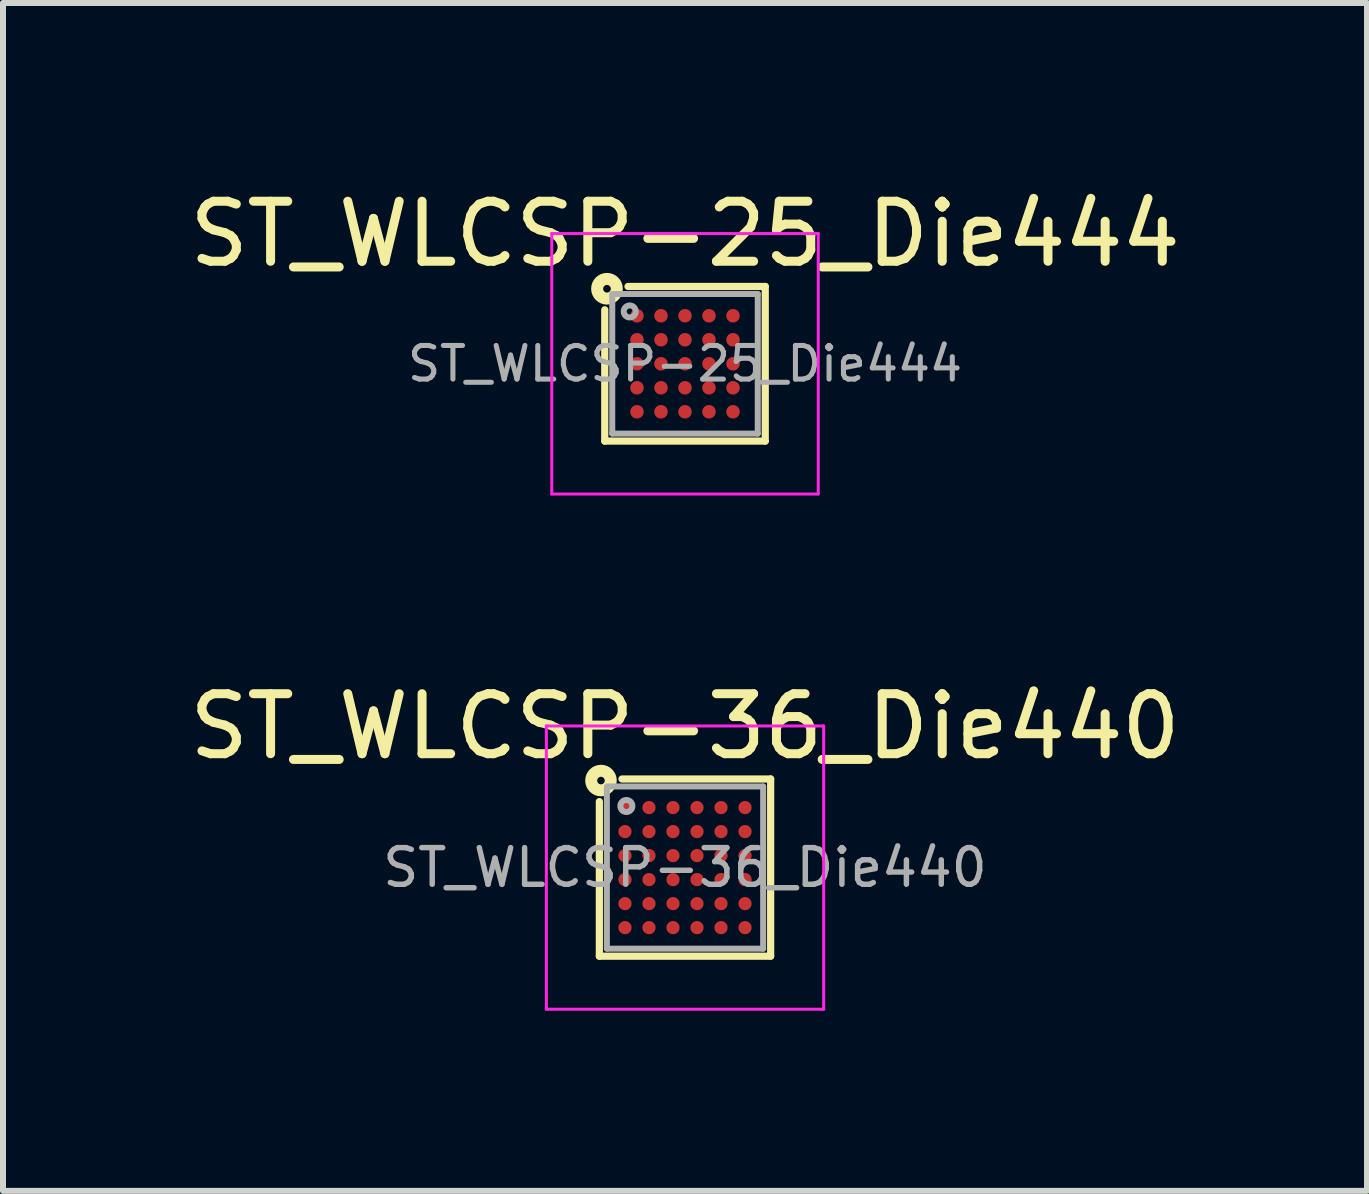
<source format=kicad_pcb>
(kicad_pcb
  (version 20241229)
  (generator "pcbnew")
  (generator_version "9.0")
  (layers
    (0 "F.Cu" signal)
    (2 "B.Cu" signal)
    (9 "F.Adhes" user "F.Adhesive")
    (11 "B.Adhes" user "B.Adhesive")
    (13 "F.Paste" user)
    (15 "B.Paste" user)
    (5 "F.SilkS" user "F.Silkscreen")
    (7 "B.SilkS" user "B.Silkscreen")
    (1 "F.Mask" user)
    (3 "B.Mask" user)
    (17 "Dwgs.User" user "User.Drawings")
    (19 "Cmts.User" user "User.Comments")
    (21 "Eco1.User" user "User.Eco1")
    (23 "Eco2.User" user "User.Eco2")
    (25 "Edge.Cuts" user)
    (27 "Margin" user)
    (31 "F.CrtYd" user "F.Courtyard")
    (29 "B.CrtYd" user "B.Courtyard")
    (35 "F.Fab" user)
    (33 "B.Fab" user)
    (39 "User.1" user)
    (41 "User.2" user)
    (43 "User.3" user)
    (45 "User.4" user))
  (footprint "ST_WLCSP-25_Die444"
    (layer "F.Cu")
    (at 8.363 3.011)
    (property "Reference" "ST_WLCSP-25_Die444" (at 0 -2.163 0) (layer "F.SilkS") (effects (font (size 1 1) (thickness 0.15))))
    (attr smd)
    (fp_line (start -1.337 1.288) (end -1.337 -0.9) (stroke (width 0.12) (type solid)) (layer "F.SilkS"))
    (fp_line (start -0.95 -1.288) (end 1.337 -1.288) (stroke (width 0.12) (type solid)) (layer "F.SilkS"))
    (fp_line (start 1.337 -1.288) (end 1.337 1.288) (stroke (width 0.12) (type solid)) (layer "F.SilkS"))
    (fp_line (start 1.337 1.288) (end -1.337 1.288) (stroke (width 0.12) (type solid)) (layer "F.SilkS"))
    (fp_circle (center -1.3 -1.25) (end -1.236 -1.25) (stroke (width 0.2) (type solid)) (fill no) (layer "F.SilkS"))
    (fp_line (start -2.22 -2.17) (end -2.22 2.17) (stroke (width 0.05) (type solid)) (layer "F.CrtYd"))
    (fp_line (start -2.22 2.17) (end 2.22 2.17) (stroke (width 0.05) (type solid)) (layer "F.CrtYd"))
    (fp_line (start 2.22 -2.17) (end -2.22 -2.17) (stroke (width 0.05) (type solid)) (layer "F.CrtYd"))
    (fp_line (start 2.22 2.17) (end 2.22 -2.17) (stroke (width 0.05) (type solid)) (layer "F.CrtYd"))
    (fp_line (start -1.212 1.163) (end -1.212 -1.15) (stroke (width 0.1) (type solid)) (layer "F.Fab"))
    (fp_line (start -1.21 -1.163) (end 1.212 -1.163) (stroke (width 0.1) (type solid)) (layer "F.Fab"))
    (fp_line (start 1.212 -1.163) (end 1.212 1.163) (stroke (width 0.1) (type solid)) (layer "F.Fab"))
    (fp_line (start 1.212 1.163) (end -1.212 1.163) (stroke (width 0.1) (type solid)) (layer "F.Fab"))
    (fp_circle (center -0.921 -0.872) (end -0.821 -0.872) (stroke (width 0.1) (type solid)) (fill no) (layer "F.Fab"))
    (fp_text user "${REFERENCE}" (at 0 0 0) (layer "F.Fab") (effects (font (size 0.56 0.56) (thickness 0.084))))
    (pad "A1" smd circle (at -0.8 -0.8) (size 0.225 0.225) (layers "F.Cu" "F.Mask" "F.Paste"))
    (pad "A2" smd circle (at -0.4 -0.8) (size 0.225 0.225) (layers "F.Cu" "F.Mask" "F.Paste"))
    (pad "A3" smd circle (at 0 -0.8) (size 0.225 0.225) (layers "F.Cu" "F.Mask" "F.Paste"))
    (pad "A4" smd circle (at 0.4 -0.8) (size 0.225 0.225) (layers "F.Cu" "F.Mask" "F.Paste"))
    (pad "A5" smd circle (at 0.8 -0.8) (size 0.225 0.225) (layers "F.Cu" "F.Mask" "F.Paste"))
    (pad "B1" smd circle (at -0.8 -0.4) (size 0.225 0.225) (layers "F.Cu" "F.Mask" "F.Paste"))
    (pad "B2" smd circle (at -0.4 -0.4) (size 0.225 0.225) (layers "F.Cu" "F.Mask" "F.Paste"))
    (pad "B3" smd circle (at 0 -0.4) (size 0.225 0.225) (layers "F.Cu" "F.Mask" "F.Paste"))
    (pad "B4" smd circle (at 0.4 -0.4) (size 0.225 0.225) (layers "F.Cu" "F.Mask" "F.Paste"))
    (pad "B5" smd circle (at 0.8 -0.4) (size 0.225 0.225) (layers "F.Cu" "F.Mask" "F.Paste"))
    (pad "C1" smd circle (at -0.8 0) (size 0.225 0.225) (layers "F.Cu" "F.Mask" "F.Paste"))
    (pad "C2" smd circle (at -0.4 0) (size 0.225 0.225) (layers "F.Cu" "F.Mask" "F.Paste"))
    (pad "C3" smd circle (at 0 0) (size 0.225 0.225) (layers "F.Cu" "F.Mask" "F.Paste"))
    (pad "C4" smd circle (at 0.4 0) (size 0.225 0.225) (layers "F.Cu" "F.Mask" "F.Paste"))
    (pad "C5" smd circle (at 0.8 0) (size 0.225 0.225) (layers "F.Cu" "F.Mask" "F.Paste"))
    (pad "D1" smd circle (at -0.8 0.4) (size 0.225 0.225) (layers "F.Cu" "F.Mask" "F.Paste"))
    (pad "D2" smd circle (at -0.4 0.4) (size 0.225 0.225) (layers "F.Cu" "F.Mask" "F.Paste"))
    (pad "D3" smd circle (at 0 0.4) (size 0.225 0.225) (layers "F.Cu" "F.Mask" "F.Paste"))
    (pad "D4" smd circle (at 0.4 0.4) (size 0.225 0.225) (layers "F.Cu" "F.Mask" "F.Paste"))
    (pad "D5" smd circle (at 0.8 0.4) (size 0.225 0.225) (layers "F.Cu" "F.Mask" "F.Paste"))
    (pad "E1" smd circle (at -0.8 0.8) (size 0.225 0.225) (layers "F.Cu" "F.Mask" "F.Paste"))
    (pad "E2" smd circle (at -0.4 0.8) (size 0.225 0.225) (layers "F.Cu" "F.Mask" "F.Paste"))
    (pad "E3" smd circle (at 0 0.8) (size 0.225 0.225) (layers "F.Cu" "F.Mask" "F.Paste"))
    (pad "E4" smd circle (at 0.4 0.8) (size 0.225 0.225) (layers "F.Cu" "F.Mask" "F.Paste"))
    (pad "E5" smd circle (at 0.8 0.8) (size 0.225 0.225) (layers "F.Cu" "F.Mask" "F.Paste")))
  (footprint "ST_WLCSP-36_Die440"
    (layer "F.Cu")
    (at 8.363 11.405)
    (property "Reference" "ST_WLCSP-36_Die440" (at 0 -2.352 0) (layer "F.SilkS") (effects (font (size 1 1) (thickness 0.15))))
    (attr smd)
    (fp_line (start -1.427 1.476) (end -1.427 -1.1) (stroke (width 0.12) (type solid)) (layer "F.SilkS"))
    (fp_line (start -1.05 -1.476) (end 1.427 -1.476) (stroke (width 0.12) (type solid)) (layer "F.SilkS"))
    (fp_line (start 1.427 -1.476) (end 1.427 1.476) (stroke (width 0.12) (type solid)) (layer "F.SilkS"))
    (fp_line (start 1.427 1.476) (end -1.427 1.476) (stroke (width 0.12) (type solid)) (layer "F.SilkS"))
    (fp_circle (center -1.4 -1.45) (end -1.337 -1.45) (stroke (width 0.2) (type solid)) (fill no) (layer "F.SilkS"))
    (fp_line (start -2.31 -2.36) (end -2.31 2.36) (stroke (width 0.05) (type solid)) (layer "F.CrtYd"))
    (fp_line (start -2.31 2.36) (end 2.31 2.36) (stroke (width 0.05) (type solid)) (layer "F.CrtYd"))
    (fp_line (start 2.31 -2.36) (end -2.31 -2.36) (stroke (width 0.05) (type solid)) (layer "F.CrtYd"))
    (fp_line (start 2.31 2.36) (end 2.31 -2.36) (stroke (width 0.05) (type solid)) (layer "F.CrtYd"))
    (fp_line (start -1.302 1.351) (end -1.302 -1.34) (stroke (width 0.1) (type solid)) (layer "F.Fab"))
    (fp_line (start -1.3 -1.351) (end 1.302 -1.351) (stroke (width 0.1) (type solid)) (layer "F.Fab"))
    (fp_line (start 1.302 -1.351) (end 1.302 1.351) (stroke (width 0.1) (type solid)) (layer "F.Fab"))
    (fp_line (start 1.302 1.351) (end -1.302 1.351) (stroke (width 0.1) (type solid)) (layer "F.Fab"))
    (fp_circle (center -0.977 -1.026) (end -0.877 -1.026) (stroke (width 0.1) (type solid)) (fill no) (layer "F.Fab"))
    (fp_text user "${REFERENCE}" (at 0 0 0) (layer "F.Fab") (effects (font (size 0.61 0.61) (thickness 0.091))))
    (pad "A1" smd circle (at -1 -1) (size 0.22 0.22) (layers "F.Cu" "F.Mask" "F.Paste"))
    (pad "A2" smd circle (at -0.6 -1) (size 0.22 0.22) (layers "F.Cu" "F.Mask" "F.Paste"))
    (pad "A3" smd circle (at -0.2 -1) (size 0.22 0.22) (layers "F.Cu" "F.Mask" "F.Paste"))
    (pad "A4" smd circle (at 0.2 -1) (size 0.22 0.22) (layers "F.Cu" "F.Mask" "F.Paste"))
    (pad "A5" smd circle (at 0.6 -1) (size 0.22 0.22) (layers "F.Cu" "F.Mask" "F.Paste"))
    (pad "A6" smd circle (at 1 -1) (size 0.22 0.22) (layers "F.Cu" "F.Mask" "F.Paste"))
    (pad "B1" smd circle (at -1 -0.6) (size 0.22 0.22) (layers "F.Cu" "F.Mask" "F.Paste"))
    (pad "B2" smd circle (at -0.6 -0.6) (size 0.22 0.22) (layers "F.Cu" "F.Mask" "F.Paste"))
    (pad "B3" smd circle (at -0.2 -0.6) (size 0.22 0.22) (layers "F.Cu" "F.Mask" "F.Paste"))
    (pad "B4" smd circle (at 0.2 -0.6) (size 0.22 0.22) (layers "F.Cu" "F.Mask" "F.Paste"))
    (pad "B5" smd circle (at 0.6 -0.6) (size 0.22 0.22) (layers "F.Cu" "F.Mask" "F.Paste"))
    (pad "B6" smd circle (at 1 -0.6) (size 0.22 0.22) (layers "F.Cu" "F.Mask" "F.Paste"))
    (pad "C1" smd circle (at -1 -0.2) (size 0.22 0.22) (layers "F.Cu" "F.Mask" "F.Paste"))
    (pad "C2" smd circle (at -0.6 -0.2) (size 0.22 0.22) (layers "F.Cu" "F.Mask" "F.Paste"))
    (pad "C3" smd circle (at -0.2 -0.2) (size 0.22 0.22) (layers "F.Cu" "F.Mask" "F.Paste"))
    (pad "C4" smd circle (at 0.2 -0.2) (size 0.22 0.22) (layers "F.Cu" "F.Mask" "F.Paste"))
    (pad "C5" smd circle (at 0.6 -0.2) (size 0.22 0.22) (layers "F.Cu" "F.Mask" "F.Paste"))
    (pad "C6" smd circle (at 1 -0.2) (size 0.22 0.22) (layers "F.Cu" "F.Mask" "F.Paste"))
    (pad "D1" smd circle (at -1 0.2) (size 0.22 0.22) (layers "F.Cu" "F.Mask" "F.Paste"))
    (pad "D2" smd circle (at -0.6 0.2) (size 0.22 0.22) (layers "F.Cu" "F.Mask" "F.Paste"))
    (pad "D3" smd circle (at -0.2 0.2) (size 0.22 0.22) (layers "F.Cu" "F.Mask" "F.Paste"))
    (pad "D4" smd circle (at 0.2 0.2) (size 0.22 0.22) (layers "F.Cu" "F.Mask" "F.Paste"))
    (pad "D5" smd circle (at 0.6 0.2) (size 0.22 0.22) (layers "F.Cu" "F.Mask" "F.Paste"))
    (pad "D6" smd circle (at 1 0.2) (size 0.22 0.22) (layers "F.Cu" "F.Mask" "F.Paste"))
    (pad "E1" smd circle (at -1 0.6) (size 0.22 0.22) (layers "F.Cu" "F.Mask" "F.Paste"))
    (pad "E2" smd circle (at -0.6 0.6) (size 0.22 0.22) (layers "F.Cu" "F.Mask" "F.Paste"))
    (pad "E3" smd circle (at -0.2 0.6) (size 0.22 0.22) (layers "F.Cu" "F.Mask" "F.Paste"))
    (pad "E4" smd circle (at 0.2 0.6) (size 0.22 0.22) (layers "F.Cu" "F.Mask" "F.Paste"))
    (pad "E5" smd circle (at 0.6 0.6) (size 0.22 0.22) (layers "F.Cu" "F.Mask" "F.Paste"))
    (pad "E6" smd circle (at 1 0.6) (size 0.22 0.22) (layers "F.Cu" "F.Mask" "F.Paste"))
    (pad "F1" smd circle (at -1 1) (size 0.22 0.22) (layers "F.Cu" "F.Mask" "F.Paste"))
    (pad "F2" smd circle (at -0.6 1) (size 0.22 0.22) (layers "F.Cu" "F.Mask" "F.Paste"))
    (pad "F3" smd circle (at -0.2 1) (size 0.22 0.22) (layers "F.Cu" "F.Mask" "F.Paste"))
    (pad "F4" smd circle (at 0.2 1) (size 0.22 0.22) (layers "F.Cu" "F.Mask" "F.Paste"))
    (pad "F5" smd circle (at 0.6 1) (size 0.22 0.22) (layers "F.Cu" "F.Mask" "F.Paste"))
    (pad "F6" smd circle (at 1 1) (size 0.22 0.22) (layers "F.Cu" "F.Mask" "F.Paste")))
  (gr_rect
    (start -3 -3)
    (end 19.726 16.791)
    (stroke (width 0.1) (type default))
    (fill no)
    (layer "Edge.Cuts")))
</source>
